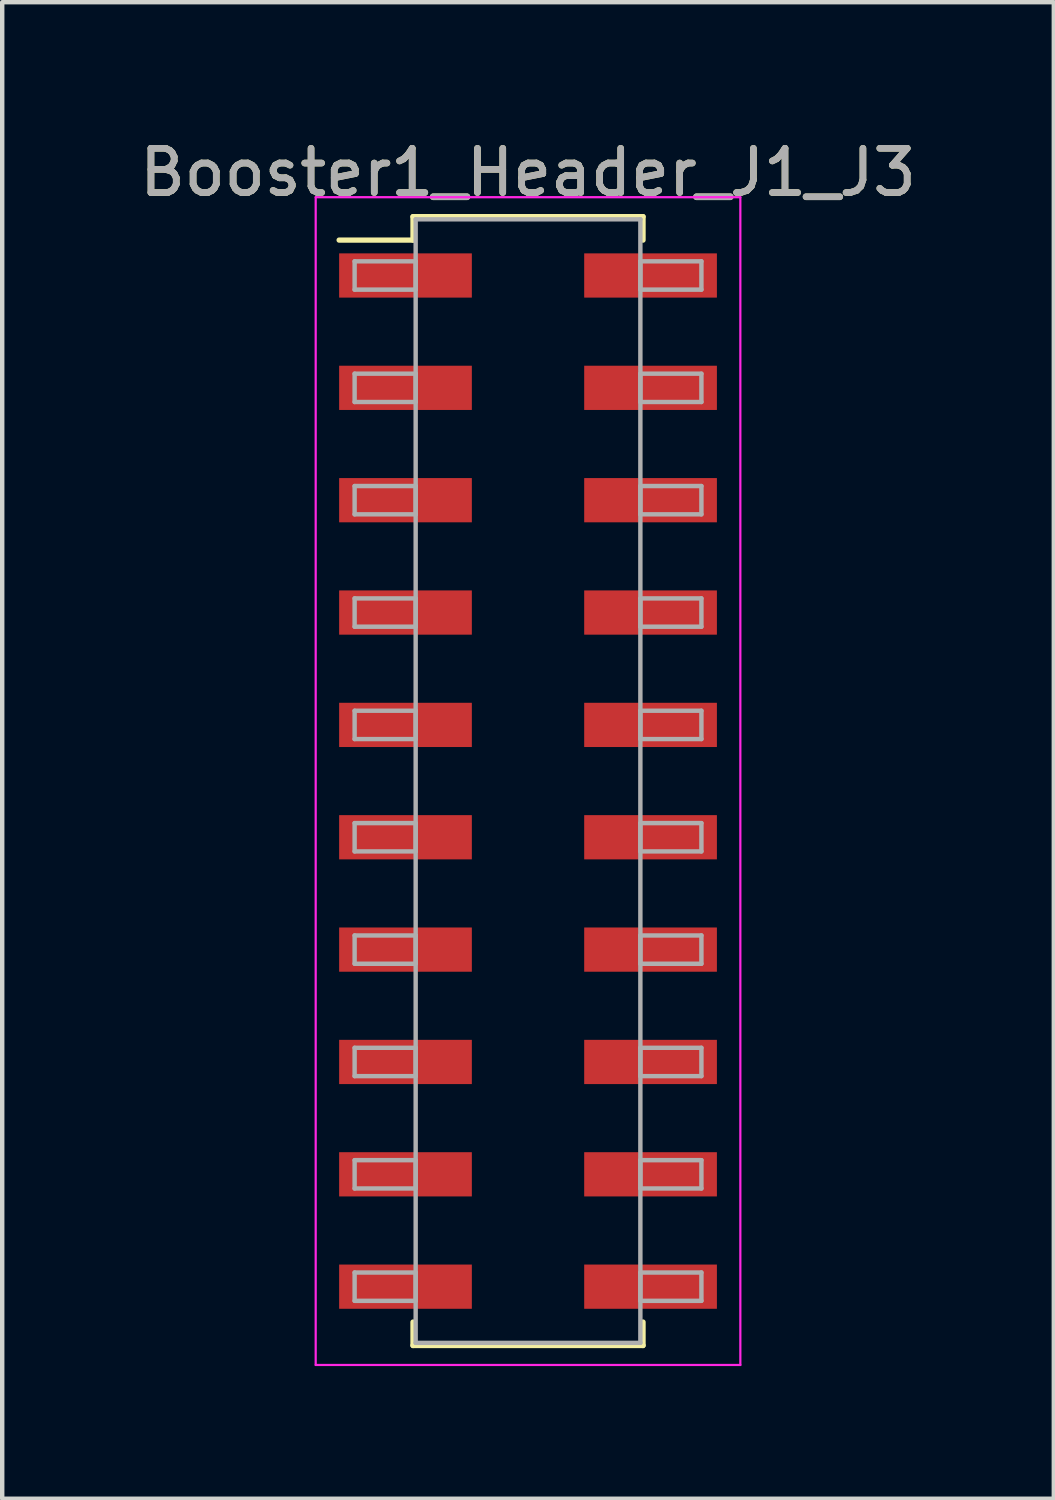
<source format=kicad_pcb>
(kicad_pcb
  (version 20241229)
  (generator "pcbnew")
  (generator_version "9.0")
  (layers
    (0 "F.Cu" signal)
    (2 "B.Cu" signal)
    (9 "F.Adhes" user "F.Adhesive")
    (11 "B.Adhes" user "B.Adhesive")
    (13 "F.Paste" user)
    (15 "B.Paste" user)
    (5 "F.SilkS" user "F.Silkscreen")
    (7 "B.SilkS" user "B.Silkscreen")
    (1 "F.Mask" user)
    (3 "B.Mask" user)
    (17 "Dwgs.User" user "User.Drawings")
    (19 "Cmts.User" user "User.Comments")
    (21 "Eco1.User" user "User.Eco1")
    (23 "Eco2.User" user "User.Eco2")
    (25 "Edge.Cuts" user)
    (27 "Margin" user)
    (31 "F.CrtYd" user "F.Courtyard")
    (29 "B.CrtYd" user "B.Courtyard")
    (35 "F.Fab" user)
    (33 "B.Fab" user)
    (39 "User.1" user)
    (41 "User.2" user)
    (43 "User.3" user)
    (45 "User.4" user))
  (footprint "Booster1_Header_J1_J3"
    (layer "F.Cu")
    (at 8.887 14.608)
    (property "Reference" "Booster1_Header_J1_J3" (at 0 -13.76 0) (layer "F.SilkS") (effects (font (size 1 1) (thickness 0.15))))
    (attr smd)
    (fp_line (start -4.27 -12.23) (end -2.6 -12.23) (stroke (width 0.12) (type solid)) (layer "F.SilkS"))
    (fp_line (start -2.6 -12.76) (end 2.6 -12.76) (stroke (width 0.12) (type solid)) (layer "F.SilkS"))
    (fp_line (start -2.6 -12.23) (end -2.6 -12.76) (stroke (width 0.12) (type solid)) (layer "F.SilkS"))
    (fp_line (start -2.6 12.23) (end -2.6 12.76) (stroke (width 0.12) (type solid)) (layer "F.SilkS"))
    (fp_line (start -2.6 12.76) (end 2.6 12.76) (stroke (width 0.12) (type solid)) (layer "F.SilkS"))
    (fp_line (start 2.6 -12.76) (end 2.6 -12.23) (stroke (width 0.12) (type solid)) (layer "F.SilkS"))
    (fp_line (start 2.6 12.76) (end 2.6 12.23) (stroke (width 0.12) (type solid)) (layer "F.SilkS"))
    (fp_line (start -4.8 -13.2) (end -4.8 13.2) (stroke (width 0.05) (type solid)) (layer "F.CrtYd"))
    (fp_line (start -4.8 13.2) (end 4.8 13.2) (stroke (width 0.05) (type solid)) (layer "F.CrtYd"))
    (fp_line (start 4.8 -13.2) (end -4.8 -13.2) (stroke (width 0.05) (type solid)) (layer "F.CrtYd"))
    (fp_line (start 4.8 13.2) (end 4.8 -13.2) (stroke (width 0.05) (type solid)) (layer "F.CrtYd"))
    (fp_line (start -3.92 -11.75) (end -2.54 -11.75) (stroke (width 0.1) (type solid)) (layer "F.Fab"))
    (fp_line (start -3.92 -11.11) (end -3.92 -11.75) (stroke (width 0.1) (type solid)) (layer "F.Fab"))
    (fp_line (start -3.92 -9.21) (end -2.54 -9.21) (stroke (width 0.1) (type solid)) (layer "F.Fab"))
    (fp_line (start -3.92 -8.57) (end -3.92 -9.21) (stroke (width 0.1) (type solid)) (layer "F.Fab"))
    (fp_line (start -3.92 -6.67) (end -2.54 -6.67) (stroke (width 0.1) (type solid)) (layer "F.Fab"))
    (fp_line (start -3.92 -6.03) (end -3.92 -6.67) (stroke (width 0.1) (type solid)) (layer "F.Fab"))
    (fp_line (start -3.92 -4.13) (end -2.54 -4.13) (stroke (width 0.1) (type solid)) (layer "F.Fab"))
    (fp_line (start -3.92 -3.49) (end -3.92 -4.13) (stroke (width 0.1) (type solid)) (layer "F.Fab"))
    (fp_line (start -3.92 -1.59) (end -2.54 -1.59) (stroke (width 0.1) (type solid)) (layer "F.Fab"))
    (fp_line (start -3.92 -0.95) (end -3.92 -1.59) (stroke (width 0.1) (type solid)) (layer "F.Fab"))
    (fp_line (start -3.92 0.95) (end -2.54 0.95) (stroke (width 0.1) (type solid)) (layer "F.Fab"))
    (fp_line (start -3.92 1.59) (end -3.92 0.95) (stroke (width 0.1) (type solid)) (layer "F.Fab"))
    (fp_line (start -3.92 3.49) (end -2.54 3.49) (stroke (width 0.1) (type solid)) (layer "F.Fab"))
    (fp_line (start -3.92 4.13) (end -3.92 3.49) (stroke (width 0.1) (type solid)) (layer "F.Fab"))
    (fp_line (start -3.92 6.03) (end -2.54 6.03) (stroke (width 0.1) (type solid)) (layer "F.Fab"))
    (fp_line (start -3.92 6.67) (end -3.92 6.03) (stroke (width 0.1) (type solid)) (layer "F.Fab"))
    (fp_line (start -3.92 8.57) (end -2.54 8.57) (stroke (width 0.1) (type solid)) (layer "F.Fab"))
    (fp_line (start -3.92 9.21) (end -3.92 8.57) (stroke (width 0.1) (type solid)) (layer "F.Fab"))
    (fp_line (start -3.92 11.11) (end -2.54 11.11) (stroke (width 0.1) (type solid)) (layer "F.Fab"))
    (fp_line (start -3.92 11.75) (end -3.92 11.11) (stroke (width 0.1) (type solid)) (layer "F.Fab"))
    (fp_line (start -2.54 -12.7) (end -2.54 12.7) (stroke (width 0.1) (type solid)) (layer "F.Fab"))
    (fp_line (start -2.54 -11.75) (end -2.54 -11.11) (stroke (width 0.1) (type solid)) (layer "F.Fab"))
    (fp_line (start -2.54 -11.11) (end -3.92 -11.11) (stroke (width 0.1) (type solid)) (layer "F.Fab"))
    (fp_line (start -2.54 -9.21) (end -2.54 -8.57) (stroke (width 0.1) (type solid)) (layer "F.Fab"))
    (fp_line (start -2.54 -8.57) (end -3.92 -8.57) (stroke (width 0.1) (type solid)) (layer "F.Fab"))
    (fp_line (start -2.54 -6.67) (end -2.54 -6.03) (stroke (width 0.1) (type solid)) (layer "F.Fab"))
    (fp_line (start -2.54 -6.03) (end -3.92 -6.03) (stroke (width 0.1) (type solid)) (layer "F.Fab"))
    (fp_line (start -2.54 -4.13) (end -2.54 -3.49) (stroke (width 0.1) (type solid)) (layer "F.Fab"))
    (fp_line (start -2.54 -3.49) (end -3.92 -3.49) (stroke (width 0.1) (type solid)) (layer "F.Fab"))
    (fp_line (start -2.54 -1.59) (end -2.54 -0.95) (stroke (width 0.1) (type solid)) (layer "F.Fab"))
    (fp_line (start -2.54 -0.95) (end -3.92 -0.95) (stroke (width 0.1) (type solid)) (layer "F.Fab"))
    (fp_line (start -2.54 0.95) (end -2.54 1.59) (stroke (width 0.1) (type solid)) (layer "F.Fab"))
    (fp_line (start -2.54 1.59) (end -3.92 1.59) (stroke (width 0.1) (type solid)) (layer "F.Fab"))
    (fp_line (start -2.54 3.49) (end -2.54 4.13) (stroke (width 0.1) (type solid)) (layer "F.Fab"))
    (fp_line (start -2.54 4.13) (end -3.92 4.13) (stroke (width 0.1) (type solid)) (layer "F.Fab"))
    (fp_line (start -2.54 6.03) (end -2.54 6.67) (stroke (width 0.1) (type solid)) (layer "F.Fab"))
    (fp_line (start -2.54 6.67) (end -3.92 6.67) (stroke (width 0.1) (type solid)) (layer "F.Fab"))
    (fp_line (start -2.54 8.57) (end -2.54 9.21) (stroke (width 0.1) (type solid)) (layer "F.Fab"))
    (fp_line (start -2.54 9.21) (end -3.92 9.21) (stroke (width 0.1) (type solid)) (layer "F.Fab"))
    (fp_line (start -2.54 11.11) (end -2.54 11.75) (stroke (width 0.1) (type solid)) (layer "F.Fab"))
    (fp_line (start -2.54 11.75) (end -3.92 11.75) (stroke (width 0.1) (type solid)) (layer "F.Fab"))
    (fp_line (start -2.54 12.7) (end 2.54 12.7) (stroke (width 0.1) (type solid)) (layer "F.Fab"))
    (fp_line (start 2.54 -12.7) (end -2.54 -12.7) (stroke (width 0.1) (type solid)) (layer "F.Fab"))
    (fp_line (start 2.54 -11.75) (end 2.54 -11.11) (stroke (width 0.1) (type solid)) (layer "F.Fab"))
    (fp_line (start 2.54 -11.11) (end 3.92 -11.11) (stroke (width 0.1) (type solid)) (layer "F.Fab"))
    (fp_line (start 2.54 -9.21) (end 2.54 -8.57) (stroke (width 0.1) (type solid)) (layer "F.Fab"))
    (fp_line (start 2.54 -8.57) (end 3.92 -8.57) (stroke (width 0.1) (type solid)) (layer "F.Fab"))
    (fp_line (start 2.54 -6.67) (end 2.54 -6.03) (stroke (width 0.1) (type solid)) (layer "F.Fab"))
    (fp_line (start 2.54 -6.03) (end 3.92 -6.03) (stroke (width 0.1) (type solid)) (layer "F.Fab"))
    (fp_line (start 2.54 -4.13) (end 2.54 -3.49) (stroke (width 0.1) (type solid)) (layer "F.Fab"))
    (fp_line (start 2.54 -3.49) (end 3.92 -3.49) (stroke (width 0.1) (type solid)) (layer "F.Fab"))
    (fp_line (start 2.54 -1.59) (end 2.54 -0.95) (stroke (width 0.1) (type solid)) (layer "F.Fab"))
    (fp_line (start 2.54 -0.95) (end 3.92 -0.95) (stroke (width 0.1) (type solid)) (layer "F.Fab"))
    (fp_line (start 2.54 0.95) (end 2.54 1.59) (stroke (width 0.1) (type solid)) (layer "F.Fab"))
    (fp_line (start 2.54 1.59) (end 3.92 1.59) (stroke (width 0.1) (type solid)) (layer "F.Fab"))
    (fp_line (start 2.54 3.49) (end 2.54 4.13) (stroke (width 0.1) (type solid)) (layer "F.Fab"))
    (fp_line (start 2.54 4.13) (end 3.92 4.13) (stroke (width 0.1) (type solid)) (layer "F.Fab"))
    (fp_line (start 2.54 6.03) (end 2.54 6.67) (stroke (width 0.1) (type solid)) (layer "F.Fab"))
    (fp_line (start 2.54 6.67) (end 3.92 6.67) (stroke (width 0.1) (type solid)) (layer "F.Fab"))
    (fp_line (start 2.54 8.57) (end 2.54 9.21) (stroke (width 0.1) (type solid)) (layer "F.Fab"))
    (fp_line (start 2.54 9.21) (end 3.92 9.21) (stroke (width 0.1) (type solid)) (layer "F.Fab"))
    (fp_line (start 2.54 11.11) (end 2.54 11.75) (stroke (width 0.1) (type solid)) (layer "F.Fab"))
    (fp_line (start 2.54 11.75) (end 3.92 11.75) (stroke (width 0.1) (type solid)) (layer "F.Fab"))
    (fp_line (start 2.54 12.7) (end 2.54 -12.7) (stroke (width 0.1) (type solid)) (layer "F.Fab"))
    (fp_line (start 3.92 -11.75) (end 2.54 -11.75) (stroke (width 0.1) (type solid)) (layer "F.Fab"))
    (fp_line (start 3.92 -11.11) (end 3.92 -11.75) (stroke (width 0.1) (type solid)) (layer "F.Fab"))
    (fp_line (start 3.92 -9.21) (end 2.54 -9.21) (stroke (width 0.1) (type solid)) (layer "F.Fab"))
    (fp_line (start 3.92 -8.57) (end 3.92 -9.21) (stroke (width 0.1) (type solid)) (layer "F.Fab"))
    (fp_line (start 3.92 -6.67) (end 2.54 -6.67) (stroke (width 0.1) (type solid)) (layer "F.Fab"))
    (fp_line (start 3.92 -6.03) (end 3.92 -6.67) (stroke (width 0.1) (type solid)) (layer "F.Fab"))
    (fp_line (start 3.92 -4.13) (end 2.54 -4.13) (stroke (width 0.1) (type solid)) (layer "F.Fab"))
    (fp_line (start 3.92 -3.49) (end 3.92 -4.13) (stroke (width 0.1) (type solid)) (layer "F.Fab"))
    (fp_line (start 3.92 -1.59) (end 2.54 -1.59) (stroke (width 0.1) (type solid)) (layer "F.Fab"))
    (fp_line (start 3.92 -0.95) (end 3.92 -1.59) (stroke (width 0.1) (type solid)) (layer "F.Fab"))
    (fp_line (start 3.92 0.95) (end 2.54 0.95) (stroke (width 0.1) (type solid)) (layer "F.Fab"))
    (fp_line (start 3.92 1.59) (end 3.92 0.95) (stroke (width 0.1) (type solid)) (layer "F.Fab"))
    (fp_line (start 3.92 3.49) (end 2.54 3.49) (stroke (width 0.1) (type solid)) (layer "F.Fab"))
    (fp_line (start 3.92 4.13) (end 3.92 3.49) (stroke (width 0.1) (type solid)) (layer "F.Fab"))
    (fp_line (start 3.92 6.03) (end 2.54 6.03) (stroke (width 0.1) (type solid)) (layer "F.Fab"))
    (fp_line (start 3.92 6.67) (end 3.92 6.03) (stroke (width 0.1) (type solid)) (layer "F.Fab"))
    (fp_line (start 3.92 8.57) (end 2.54 8.57) (stroke (width 0.1) (type solid)) (layer "F.Fab"))
    (fp_line (start 3.92 9.21) (end 3.92 8.57) (stroke (width 0.1) (type solid)) (layer "F.Fab"))
    (fp_line (start 3.92 11.11) (end 2.54 11.11) (stroke (width 0.1) (type solid)) (layer "F.Fab"))
    (fp_line (start 3.92 11.75) (end 3.92 11.11) (stroke (width 0.1) (type solid)) (layer "F.Fab"))
    (fp_text user "${REFERENCE}" (at 0 -13.76 0) (layer "F.Fab") (effects (font (size 1 1) (thickness 0.15))))
    (pad "1" smd rect (at -2.77 -11.43) (size 3 1) (layers "F.Cu" "F.Mask" "F.Paste"))
    (pad "2" smd rect (at -2.77 -8.89) (size 3 1) (layers "F.Cu" "F.Mask" "F.Paste"))
    (pad "3" smd rect (at -2.77 -6.35) (size 3 1) (layers "F.Cu" "F.Mask" "F.Paste"))
    (pad "4" smd rect (at -2.77 -3.81) (size 3 1) (layers "F.Cu" "F.Mask" "F.Paste"))
    (pad "5" smd rect (at -2.77 -1.27) (size 3 1) (layers "F.Cu" "F.Mask" "F.Paste"))
    (pad "6" smd rect (at -2.77 1.27) (size 3 1) (layers "F.Cu" "F.Mask" "F.Paste"))
    (pad "7" smd rect (at -2.77 3.81) (size 3 1) (layers "F.Cu" "F.Mask" "F.Paste"))
    (pad "8" smd rect (at -2.77 6.35) (size 3 1) (layers "F.Cu" "F.Mask" "F.Paste"))
    (pad "9" smd rect (at -2.77 8.89) (size 3 1) (layers "F.Cu" "F.Mask" "F.Paste"))
    (pad "10" smd rect (at -2.77 11.43) (size 3 1) (layers "F.Cu" "F.Mask" "F.Paste"))
    (pad "21" smd rect (at 2.77 -11.43) (size 3 1) (layers "F.Cu" "F.Mask" "F.Paste"))
    (pad "22" smd rect (at 2.77 -8.89) (size 3 1) (layers "F.Cu" "F.Mask" "F.Paste"))
    (pad "23" smd rect (at 2.77 -6.35) (size 3 1) (layers "F.Cu" "F.Mask" "F.Paste"))
    (pad "24" smd rect (at 2.77 -3.81) (size 3 1) (layers "F.Cu" "F.Mask" "F.Paste"))
    (pad "25" smd rect (at 2.77 -1.27) (size 3 1) (layers "F.Cu" "F.Mask" "F.Paste"))
    (pad "26" smd rect (at 2.77 1.27) (size 3 1) (layers "F.Cu" "F.Mask" "F.Paste"))
    (pad "27" smd rect (at 2.77 3.81) (size 3 1) (layers "F.Cu" "F.Mask" "F.Paste"))
    (pad "28" smd rect (at 2.77 6.35) (size 3 1) (layers "F.Cu" "F.Mask" "F.Paste"))
    (pad "29" smd rect (at 2.77 8.89) (size 3 1) (layers "F.Cu" "F.Mask" "F.Paste"))
    (pad "30" smd rect (at 2.77 11.43) (size 3 1) (layers "F.Cu" "F.Mask" "F.Paste")))
  (gr_rect
    (start -3 -3)
    (end 20.774 30.833)
    (stroke (width 0.1) (type default))
    (fill no)
    (layer "Edge.Cuts")))
</source>
